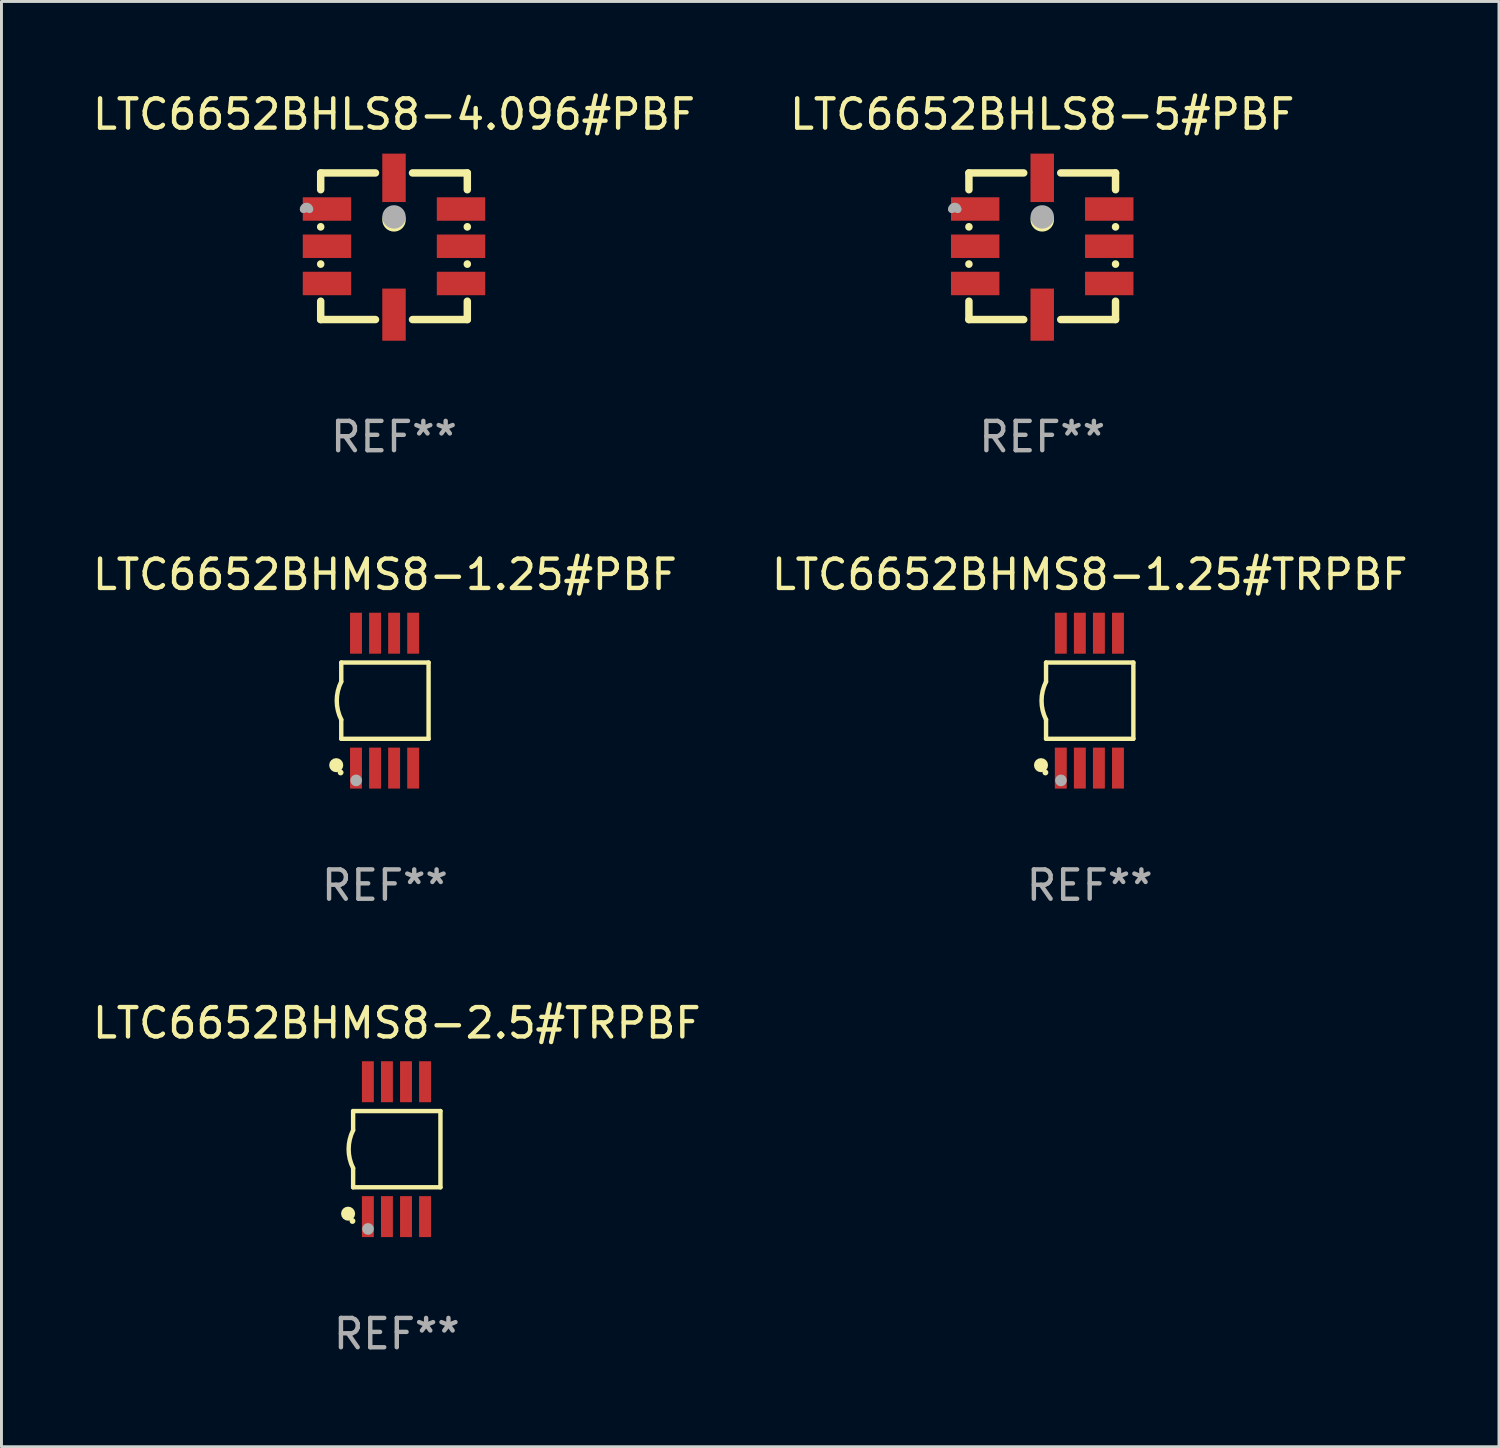
<source format=kicad_pcb>
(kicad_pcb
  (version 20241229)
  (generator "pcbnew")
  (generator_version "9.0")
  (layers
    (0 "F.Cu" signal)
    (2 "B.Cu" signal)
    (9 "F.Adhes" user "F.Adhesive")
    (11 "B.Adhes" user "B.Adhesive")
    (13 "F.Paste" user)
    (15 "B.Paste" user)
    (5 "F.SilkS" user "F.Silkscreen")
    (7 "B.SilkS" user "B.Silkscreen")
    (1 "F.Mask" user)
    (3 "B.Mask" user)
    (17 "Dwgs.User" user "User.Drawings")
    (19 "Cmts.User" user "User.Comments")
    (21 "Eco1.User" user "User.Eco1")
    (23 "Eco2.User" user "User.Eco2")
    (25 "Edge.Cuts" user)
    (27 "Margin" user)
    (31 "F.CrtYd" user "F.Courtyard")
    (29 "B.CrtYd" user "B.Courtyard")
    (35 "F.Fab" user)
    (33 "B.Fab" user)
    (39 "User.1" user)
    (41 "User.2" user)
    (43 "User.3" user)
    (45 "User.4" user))
  (footprint "LTC6652BHMS8-1.25#TRPBF"
    (layer "F.Cu")
    (at 34.113 20.845)
    (property "Reference" "LTC6652BHMS8-1.25#TRPBF" (at 0 -4.3 0) (layer "F.SilkS") (effects (font (size 1 1) (thickness 0.15))))
    (attr through_hole)
    (fp_line (start -1.489 -1.3) (end -1.489 -0.648) (stroke (width 0.15) (type solid)) (layer "F.SilkS"))
    (fp_line (start -1.489 0.648) (end -1.489 1.3) (stroke (width 0.15) (type solid)) (layer "F.SilkS"))
    (fp_line (start -1.489 1.3) (end 1.489 1.3) (stroke (width 0.15) (type solid)) (layer "F.SilkS"))
    (fp_line (start 1.489 -1.3) (end -1.489 -1.3) (stroke (width 0.15) (type solid)) (layer "F.SilkS"))
    (fp_line (start 1.489 1.3) (end 1.489 -1.3) (stroke (width 0.15) (type solid)) (layer "F.SilkS"))
    (fp_arc (start -1.489205 0.647702) (mid -1.642107 0) (end -1.489205 -0.647701) (stroke (width 0.150013) (type solid)) (layer "F.SilkS"))
    (fp_circle (center -1.661 2.2) (end -1.541 2.2) (stroke (width 0.24) (type solid)) (fill no) (layer "F.SilkS"))
    (fp_circle (center -1.511 2.45) (end -1.461 2.45) (stroke (width 0.1) (type solid)) (fill no) (layer "F.SilkS"))
    (fp_circle (center -0.981 2.72) (end -0.881 2.72) (stroke (width 0.2) (type solid)) (fill no) (layer "F.Fab"))
    (fp_text user "REF**" (at 0 6.3 0) (layer "F.Fab") (effects (font (size 1 1) (thickness 0.15))))
    (pad "1" smd rect (at -0.986 2.3) (size 0.406 1.397) (layers "F.Cu" "F.Mask" "F.Paste"))
    (pad "2" smd rect (at -0.336 2.3) (size 0.406 1.397) (layers "F.Cu" "F.Mask" "F.Paste"))
    (pad "3" smd rect (at 0.314 2.3) (size 0.406 1.397) (layers "F.Cu" "F.Mask" "F.Paste"))
    (pad "4" smd rect (at 0.964 2.3) (size 0.406 1.397) (layers "F.Cu" "F.Mask" "F.Paste"))
    (pad "5" smd rect (at 0.964 -2.3) (size 0.406 1.397) (layers "F.Cu" "F.Mask" "F.Paste"))
    (pad "6" smd rect (at 0.314 -2.3) (size 0.406 1.397) (layers "F.Cu" "F.Mask" "F.Paste"))
    (pad "7" smd rect (at -0.336 -2.3) (size 0.406 1.397) (layers "F.Cu" "F.Mask" "F.Paste"))
    (pad "8" smd rect (at -0.986 -2.3) (size 0.406 1.397) (layers "F.Cu" "F.Mask" "F.Paste")))
  (footprint "LTC6652BHLS8-5#PBF"
    (layer "F.Cu")
    (at 32.494 5.348)
    (property "Reference" "LTC6652BHLS8-5#PBF" (at 0 -4.5 0) (layer "F.SilkS") (effects (font (size 1 1) (thickness 0.15))))
    (attr through_hole)
    (fp_line (start -2.5 -2.5) (end -2.5 -1.928) (stroke (width 0.254) (type solid)) (layer "F.SilkS"))
    (fp_line (start -2.5 -0.666) (end -2.5 -0.658) (stroke (width 0.254) (type solid)) (layer "F.SilkS"))
    (fp_line (start -2.5 0.604) (end -2.5 0.612) (stroke (width 0.254) (type solid)) (layer "F.SilkS"))
    (fp_line (start -2.5 1.874) (end -2.5 2.5) (stroke (width 0.254) (type solid)) (layer "F.SilkS"))
    (fp_line (start -2.5 2.5) (end -0.631 2.5) (stroke (width 0.254) (type solid)) (layer "F.SilkS"))
    (fp_line (start -0.631 -2.5) (end -2.5 -2.5) (stroke (width 0.254) (type solid)) (layer "F.SilkS"))
    (fp_line (start 0.631 2.5) (end 2.5 2.5) (stroke (width 0.254) (type solid)) (layer "F.SilkS"))
    (fp_line (start 2.5 -2.5) (end 0.631 -2.5) (stroke (width 0.254) (type solid)) (layer "F.SilkS"))
    (fp_line (start 2.5 -1.928) (end 2.5 -2.5) (stroke (width 0.254) (type solid)) (layer "F.SilkS"))
    (fp_line (start 2.5 -0.658) (end 2.5 -0.666) (stroke (width 0.254) (type solid)) (layer "F.SilkS"))
    (fp_line (start 2.5 0.612) (end 2.5 0.604) (stroke (width 0.254) (type solid)) (layer "F.SilkS"))
    (fp_line (start 2.5 2.5) (end 2.5 1.874) (stroke (width 0.254) (type solid)) (layer "F.SilkS"))
    (fp_circle (center -2.502 -2.527) (end -2.472 -2.527) (stroke (width 0.06) (type solid)) (fill no) (layer "F.SilkS"))
    (fp_circle (center 0 -0.9) (end 0.2 -0.9) (stroke (width 0.4) (type solid)) (fill no) (layer "F.SilkS"))
    (fp_arc (start -3.084328 -1.262891) (mid -2.984252 -1.362967) (end -2.884176 -1.262891) (stroke (width 0.254001) (type solid)) (layer "F.Fab"))
    (fp_arc (start -3.084328 -1.262891) (mid -2.984252 -1.286516) (end -2.884175 -1.262891) (stroke (width 0.254001) (type solid)) (layer "F.Fab"))
    (fp_circle (center 0 -1) (end 0.2 -1) (stroke (width 0.4) (type solid)) (fill no) (layer "F.Fab"))
    (fp_text user "REF**" (at 0 6.5 0) (layer "F.Fab") (effects (font (size 1 1) (thickness 0.15))))
    (pad "1" smd rect (at -2.286 -1.27) (size 1.651 0.8) (layers "F.Cu" "F.Mask" "F.Paste"))
    (pad "2" smd rect (at -2.286 0) (size 1.651 0.8) (layers "F.Cu" "F.Mask" "F.Paste"))
    (pad "3" smd rect (at -2.286 1.27) (size 1.651 0.8) (layers "F.Cu" "F.Mask" "F.Paste"))
    (pad "4" smd rect (at 0 2.333 270) (size 1.778 0.8) (layers "F.Cu" "F.Mask" "F.Paste"))
    (pad "5" smd rect (at 2.286 1.27) (size 1.651 0.8) (layers "F.Cu" "F.Mask" "F.Paste"))
    (pad "6" smd rect (at 2.286 0) (size 1.651 0.8) (layers "F.Cu" "F.Mask" "F.Paste"))
    (pad "7" smd rect (at 2.286 -1.27 180) (size 1.651 0.8) (layers "F.Cu" "F.Mask" "F.Paste"))
    (pad "8" smd rect (at 0 -2.333 90) (size 1.651 0.8) (layers "F.Cu" "F.Mask" "F.Paste")))
  (footprint "LTC6652BHMS8-1.25#PBF"
    (layer "F.Cu")
    (at 10.077 20.845)
    (property "Reference" "LTC6652BHMS8-1.25#PBF" (at 0 -4.3 0) (layer "F.SilkS") (effects (font (size 1 1) (thickness 0.15))))
    (attr through_hole)
    (fp_line (start -1.489 -1.3) (end -1.489 -0.648) (stroke (width 0.15) (type solid)) (layer "F.SilkS"))
    (fp_line (start -1.489 0.648) (end -1.489 1.3) (stroke (width 0.15) (type solid)) (layer "F.SilkS"))
    (fp_line (start -1.489 1.3) (end 1.489 1.3) (stroke (width 0.15) (type solid)) (layer "F.SilkS"))
    (fp_line (start 1.489 -1.3) (end -1.489 -1.3) (stroke (width 0.15) (type solid)) (layer "F.SilkS"))
    (fp_line (start 1.489 1.3) (end 1.489 -1.3) (stroke (width 0.15) (type solid)) (layer "F.SilkS"))
    (fp_arc (start -1.489205 0.647702) (mid -1.642107 0) (end -1.489205 -0.647701) (stroke (width 0.150013) (type solid)) (layer "F.SilkS"))
    (fp_circle (center -1.661 2.2) (end -1.541 2.2) (stroke (width 0.24) (type solid)) (fill no) (layer "F.SilkS"))
    (fp_circle (center -1.511 2.45) (end -1.461 2.45) (stroke (width 0.1) (type solid)) (fill no) (layer "F.SilkS"))
    (fp_circle (center -0.981 2.72) (end -0.881 2.72) (stroke (width 0.2) (type solid)) (fill no) (layer "F.Fab"))
    (fp_text user "REF**" (at 0 6.3 0) (layer "F.Fab") (effects (font (size 1 1) (thickness 0.15))))
    (pad "1" smd rect (at -0.986 2.3) (size 0.406 1.397) (layers "F.Cu" "F.Mask" "F.Paste"))
    (pad "2" smd rect (at -0.336 2.3) (size 0.406 1.397) (layers "F.Cu" "F.Mask" "F.Paste"))
    (pad "3" smd rect (at 0.314 2.3) (size 0.406 1.397) (layers "F.Cu" "F.Mask" "F.Paste"))
    (pad "4" smd rect (at 0.964 2.3) (size 0.406 1.397) (layers "F.Cu" "F.Mask" "F.Paste"))
    (pad "5" smd rect (at 0.964 -2.3) (size 0.406 1.397) (layers "F.Cu" "F.Mask" "F.Paste"))
    (pad "6" smd rect (at 0.314 -2.3) (size 0.406 1.397) (layers "F.Cu" "F.Mask" "F.Paste"))
    (pad "7" smd rect (at -0.336 -2.3) (size 0.406 1.397) (layers "F.Cu" "F.Mask" "F.Paste"))
    (pad "8" smd rect (at -0.986 -2.3) (size 0.406 1.397) (layers "F.Cu" "F.Mask" "F.Paste")))
  (footprint "LTC6652BHMS8-2.5#TRPBF"
    (layer "F.Cu")
    (at 10.482 36.141)
    (property "Reference" "LTC6652BHMS8-2.5#TRPBF" (at 0 -4.3 0) (layer "F.SilkS") (effects (font (size 1 1) (thickness 0.15))))
    (attr through_hole)
    (fp_line (start -1.489 -1.3) (end -1.489 -0.648) (stroke (width 0.15) (type solid)) (layer "F.SilkS"))
    (fp_line (start -1.489 0.648) (end -1.489 1.3) (stroke (width 0.15) (type solid)) (layer "F.SilkS"))
    (fp_line (start -1.489 1.3) (end 1.489 1.3) (stroke (width 0.15) (type solid)) (layer "F.SilkS"))
    (fp_line (start 1.489 -1.3) (end -1.489 -1.3) (stroke (width 0.15) (type solid)) (layer "F.SilkS"))
    (fp_line (start 1.489 1.3) (end 1.489 -1.3) (stroke (width 0.15) (type solid)) (layer "F.SilkS"))
    (fp_arc (start -1.489205 0.647702) (mid -1.642107 0) (end -1.489205 -0.647701) (stroke (width 0.150013) (type solid)) (layer "F.SilkS"))
    (fp_circle (center -1.661 2.2) (end -1.541 2.2) (stroke (width 0.24) (type solid)) (fill no) (layer "F.SilkS"))
    (fp_circle (center -1.511 2.45) (end -1.461 2.45) (stroke (width 0.1) (type solid)) (fill no) (layer "F.SilkS"))
    (fp_circle (center -0.981 2.72) (end -0.881 2.72) (stroke (width 0.2) (type solid)) (fill no) (layer "F.Fab"))
    (fp_text user "REF**" (at 0 6.3 0) (layer "F.Fab") (effects (font (size 1 1) (thickness 0.15))))
    (pad "1" smd rect (at -0.986 2.3) (size 0.406 1.397) (layers "F.Cu" "F.Mask" "F.Paste"))
    (pad "2" smd rect (at -0.336 2.3) (size 0.406 1.397) (layers "F.Cu" "F.Mask" "F.Paste"))
    (pad "3" smd rect (at 0.314 2.3) (size 0.406 1.397) (layers "F.Cu" "F.Mask" "F.Paste"))
    (pad "4" smd rect (at 0.964 2.3) (size 0.406 1.397) (layers "F.Cu" "F.Mask" "F.Paste"))
    (pad "5" smd rect (at 0.964 -2.3) (size 0.406 1.397) (layers "F.Cu" "F.Mask" "F.Paste"))
    (pad "6" smd rect (at 0.314 -2.3) (size 0.406 1.397) (layers "F.Cu" "F.Mask" "F.Paste"))
    (pad "7" smd rect (at -0.336 -2.3) (size 0.406 1.397) (layers "F.Cu" "F.Mask" "F.Paste"))
    (pad "8" smd rect (at -0.986 -2.3) (size 0.406 1.397) (layers "F.Cu" "F.Mask" "F.Paste")))
  (footprint "LTC6652BHLS8-4.096#PBF"
    (layer "F.Cu")
    (at 10.387 5.348)
    (property "Reference" "LTC6652BHLS8-4.096#PBF" (at 0 -4.5 0) (layer "F.SilkS") (effects (font (size 1 1) (thickness 0.15))))
    (attr through_hole)
    (fp_line (start -2.5 -2.5) (end -2.5 -1.928) (stroke (width 0.254) (type solid)) (layer "F.SilkS"))
    (fp_line (start -2.5 -0.666) (end -2.5 -0.658) (stroke (width 0.254) (type solid)) (layer "F.SilkS"))
    (fp_line (start -2.5 0.604) (end -2.5 0.612) (stroke (width 0.254) (type solid)) (layer "F.SilkS"))
    (fp_line (start -2.5 1.874) (end -2.5 2.5) (stroke (width 0.254) (type solid)) (layer "F.SilkS"))
    (fp_line (start -2.5 2.5) (end -0.631 2.5) (stroke (width 0.254) (type solid)) (layer "F.SilkS"))
    (fp_line (start -0.631 -2.5) (end -2.5 -2.5) (stroke (width 0.254) (type solid)) (layer "F.SilkS"))
    (fp_line (start 0.631 2.5) (end 2.5 2.5) (stroke (width 0.254) (type solid)) (layer "F.SilkS"))
    (fp_line (start 2.5 -2.5) (end 0.631 -2.5) (stroke (width 0.254) (type solid)) (layer "F.SilkS"))
    (fp_line (start 2.5 -1.928) (end 2.5 -2.5) (stroke (width 0.254) (type solid)) (layer "F.SilkS"))
    (fp_line (start 2.5 -0.658) (end 2.5 -0.666) (stroke (width 0.254) (type solid)) (layer "F.SilkS"))
    (fp_line (start 2.5 0.612) (end 2.5 0.604) (stroke (width 0.254) (type solid)) (layer "F.SilkS"))
    (fp_line (start 2.5 2.5) (end 2.5 1.874) (stroke (width 0.254) (type solid)) (layer "F.SilkS"))
    (fp_circle (center -2.502 -2.527) (end -2.472 -2.527) (stroke (width 0.06) (type solid)) (fill no) (layer "F.SilkS"))
    (fp_circle (center 0 -0.9) (end 0.2 -0.9) (stroke (width 0.4) (type solid)) (fill no) (layer "F.SilkS"))
    (fp_arc (start -3.084328 -1.262891) (mid -2.984252 -1.362967) (end -2.884176 -1.262891) (stroke (width 0.254001) (type solid)) (layer "F.Fab"))
    (fp_arc (start -3.084328 -1.262891) (mid -2.984252 -1.286516) (end -2.884175 -1.262891) (stroke (width 0.254001) (type solid)) (layer "F.Fab"))
    (fp_circle (center 0 -1) (end 0.2 -1) (stroke (width 0.4) (type solid)) (fill no) (layer "F.Fab"))
    (fp_text user "REF**" (at 0 6.5 0) (layer "F.Fab") (effects (font (size 1 1) (thickness 0.15))))
    (pad "1" smd rect (at -2.286 -1.27) (size 1.651 0.8) (layers "F.Cu" "F.Mask" "F.Paste"))
    (pad "2" smd rect (at -2.286 0) (size 1.651 0.8) (layers "F.Cu" "F.Mask" "F.Paste"))
    (pad "3" smd rect (at -2.286 1.27) (size 1.651 0.8) (layers "F.Cu" "F.Mask" "F.Paste"))
    (pad "4" smd rect (at 0 2.333 270) (size 1.778 0.8) (layers "F.Cu" "F.Mask" "F.Paste"))
    (pad "5" smd rect (at 2.286 1.27) (size 1.651 0.8) (layers "F.Cu" "F.Mask" "F.Paste"))
    (pad "6" smd rect (at 2.286 0) (size 1.651 0.8) (layers "F.Cu" "F.Mask" "F.Paste"))
    (pad "7" smd rect (at 2.286 -1.27 180) (size 1.651 0.8) (layers "F.Cu" "F.Mask" "F.Paste"))
    (pad "8" smd rect (at 0 -2.333 90) (size 1.651 0.8) (layers "F.Cu" "F.Mask" "F.Paste")))
  (gr_rect
    (start -3 -3)
    (end 48.071 46.289)
    (stroke (width 0.1) (type default))
    (fill no)
    (layer "Edge.Cuts")))
</source>
